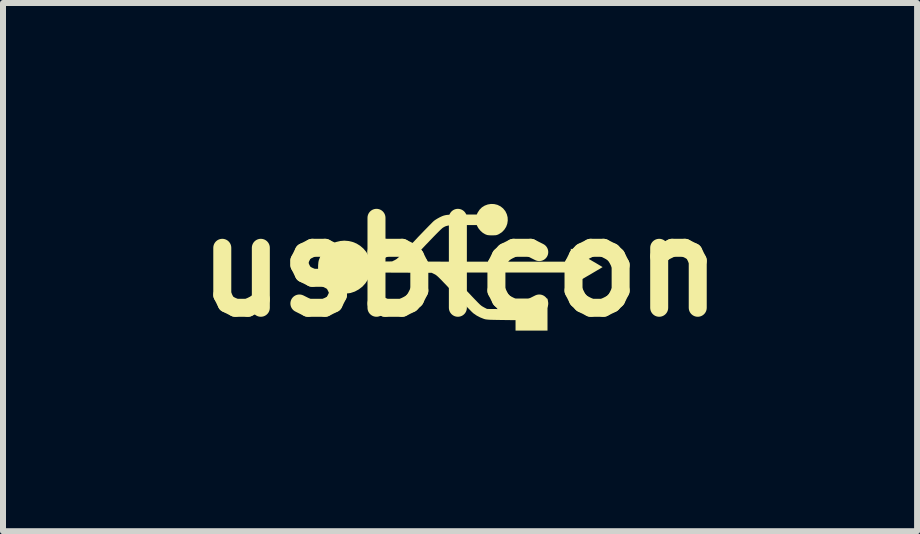
<source format=kicad_pcb>
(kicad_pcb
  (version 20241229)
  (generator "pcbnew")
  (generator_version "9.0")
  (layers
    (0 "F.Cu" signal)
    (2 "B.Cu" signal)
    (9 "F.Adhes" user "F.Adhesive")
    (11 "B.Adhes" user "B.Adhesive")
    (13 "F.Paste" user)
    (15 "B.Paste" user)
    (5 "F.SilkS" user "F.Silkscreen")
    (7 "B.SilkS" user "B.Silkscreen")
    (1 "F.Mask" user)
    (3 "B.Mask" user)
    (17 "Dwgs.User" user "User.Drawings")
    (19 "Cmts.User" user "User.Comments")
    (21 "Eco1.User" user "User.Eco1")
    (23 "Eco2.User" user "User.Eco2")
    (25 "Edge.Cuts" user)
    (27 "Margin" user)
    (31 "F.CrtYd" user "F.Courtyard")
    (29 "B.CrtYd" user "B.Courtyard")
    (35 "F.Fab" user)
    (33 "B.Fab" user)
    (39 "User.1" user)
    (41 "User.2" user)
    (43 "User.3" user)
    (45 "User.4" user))
  (footprint "usbIcon"
    (layer "F.Cu")
    (at 4.621 1.404)
    (property "Reference" "usbIcon" (at 0 0 0) (layer "F.SilkS") (effects (font (size 1.5 1.5) (thickness 0.3))))
    (attr board_only exclude_from_pos_files exclude_from_bom)
    (fp_poly (pts (xy 0.57 -1.051) (xy 0.624 -1.038) (xy 0.675 -1.013) (xy 0.718 -0.979) (xy 0.755 -0.934) (xy 0.78 -0.883) (xy 0.794 -0.83) (xy 0.796 -0.776) (xy 0.788 -0.722) (xy 0.769 -0.671) (xy 0.739 -0.624) (xy 0.7 -0.583) (xy 0.651 -0.551) (xy 0.647 -0.549) (xy 0.627 -0.54) (xy 0.609 -0.534) (xy 0.59 -0.531) (xy 0.564 -0.53) (xy 0.533 -0.529) (xy 0.498 -0.53) (xy 0.473 -0.532) (xy 0.453 -0.535) (xy 0.434 -0.542) (xy 0.419 -0.548) (xy 0.379 -0.572) (xy 0.342 -0.605) (xy 0.311 -0.642) (xy 0.295 -0.668) (xy 0.279 -0.701) (xy 0.057 -0.701) (xy -0.013 -0.701) (xy -0.071 -0.7) (xy -0.118 -0.699) (xy -0.157 -0.697) (xy -0.188 -0.694) (xy -0.213 -0.689) (xy -0.235 -0.683) (xy -0.254 -0.675) (xy -0.272 -0.665) (xy -0.284 -0.658) (xy -0.298 -0.647) (xy -0.321 -0.626) (xy -0.352 -0.596) (xy -0.391 -0.557) (xy -0.437 -0.51) (xy -0.491 -0.454) (xy -0.551 -0.391) (xy -0.565 -0.377) (xy -0.613 -0.326) (xy -0.658 -0.278) (xy -0.7 -0.234) (xy -0.737 -0.195) (xy -0.768 -0.161) (xy -0.793 -0.134) (xy -0.81 -0.116) (xy -0.819 -0.106) (xy -0.82 -0.105) (xy -0.821 -0.103) (xy -0.821 -0.102) (xy -0.819 -0.1) (xy -0.816 -0.099) (xy -0.809 -0.098) (xy -0.8 -0.097) (xy -0.787 -0.096) (xy -0.769 -0.095) (xy -0.746 -0.094) (xy -0.718 -0.094) (xy -0.684 -0.093) (xy -0.643 -0.093) (xy -0.595 -0.092) (xy -0.538 -0.092) (xy -0.474 -0.092) (xy -0.4 -0.092) (xy -0.316 -0.091) (xy -0.223 -0.091) (xy -0.118 -0.091) (xy -0.002 -0.091) (xy 0.126 -0.091) (xy 0.266 -0.091) (xy 0.419 -0.091) (xy 0.507 -0.091) (xy 1.844 -0.091) (xy 1.846 -0.2) (xy 1.848 -0.308) (xy 2.112 -0.156) (xy 2.168 -0.124) (xy 2.219 -0.094) (xy 2.266 -0.067) (xy 2.306 -0.043) (xy 2.338 -0.024) (xy 2.361 -0.01) (xy 2.375 -0.002) (xy 2.377 0.000194) (xy 2.371 0.004) (xy 2.355 0.014) (xy 2.329 0.03) (xy 2.296 0.049) (xy 2.257 0.072) (xy 2.213 0.098) (xy 2.166 0.126) (xy 2.117 0.154) (xy 2.068 0.183) (xy 2.021 0.21) (xy 1.976 0.236) (xy 1.936 0.259) (xy 1.902 0.279) (xy 1.875 0.294) (xy 1.857 0.304) (xy 1.85 0.307) (xy 1.848 0.302) (xy 1.846 0.284) (xy 1.845 0.257) (xy 1.844 0.223) (xy 1.844 0.2) (xy 1.844 0.091) (xy 0.834 0.091) (xy -0.177 0.091) (xy -0.065 0.209) (xy -0.029 0.246) (xy 0.013 0.291) (xy 0.06 0.341) (xy 0.108 0.392) (xy 0.156 0.442) (xy 0.195 0.484) (xy 0.238 0.529) (xy 0.273 0.565) (xy 0.301 0.594) (xy 0.323 0.616) (xy 0.342 0.633) (xy 0.358 0.646) (xy 0.373 0.656) (xy 0.389 0.665) (xy 0.397 0.67) (xy 0.451 0.698) (xy 0.688 0.7) (xy 0.926 0.702) (xy 0.926 0.614) (xy 0.926 0.526) (xy 1.192 0.526) (xy 1.459 0.526) (xy 1.459 0.792) (xy 1.459 1.059) (xy 1.192 1.059) (xy 0.926 1.059) (xy 0.926 0.972) (xy 0.926 0.885) (xy 0.685 0.882) (xy 0.62 0.881) (xy 0.568 0.88) (xy 0.526 0.879) (xy 0.492 0.878) (xy 0.467 0.876) (xy 0.446 0.874) (xy 0.43 0.872) (xy 0.416 0.869) (xy 0.402 0.865) (xy 0.396 0.863) (xy 0.336 0.839) (xy 0.277 0.808) (xy 0.225 0.772) (xy 0.221 0.769) (xy 0.209 0.758) (xy 0.189 0.739) (xy 0.162 0.711) (xy 0.127 0.676) (xy 0.088 0.635) (xy 0.044 0.589) (xy -0.004 0.539) (xy -0.053 0.487) (xy -0.076 0.463) (xy -0.138 0.398) (xy -0.191 0.342) (xy -0.236 0.294) (xy -0.274 0.255) (xy -0.305 0.222) (xy -0.331 0.196) (xy -0.352 0.175) (xy -0.369 0.159) (xy -0.384 0.146) (xy -0.395 0.137) (xy -0.406 0.129) (xy -0.416 0.123) (xy -0.426 0.118) (xy -0.434 0.114) (xy -0.473 0.095) (xy -0.982 0.093) (xy -1.491 0.091) (xy -1.506 0.138) (xy -1.536 0.207) (xy -1.577 0.27) (xy -1.628 0.326) (xy -1.688 0.372) (xy -1.754 0.408) (xy -1.826 0.432) (xy -1.827 0.432) (xy -1.875 0.439) (xy -1.93 0.44) (xy -1.987 0.437) (xy -2.039 0.428) (xy -2.062 0.422) (xy -2.131 0.392) (xy -2.195 0.351) (xy -2.25 0.3) (xy -2.297 0.239) (xy -2.334 0.172) (xy -2.35 0.126) (xy -2.361 0.078) (xy -2.367 0.023) (xy -2.366 -0.033) (xy -2.361 -0.085) (xy -2.354 -0.116) (xy -2.324 -0.192) (xy -2.283 -0.26) (xy -2.231 -0.319) (xy -2.2 -0.346) (xy -2.137 -0.388) (xy -2.07 -0.418) (xy -2 -0.435) (xy -1.929 -0.441) (xy -1.859 -0.435) (xy -1.791 -0.419) (xy -1.726 -0.393) (xy -1.666 -0.356) (xy -1.612 -0.31) (xy -1.565 -0.255) (xy -1.527 -0.192) (xy -1.504 -0.131) (xy -1.491 -0.09) (xy -1.312 -0.092) (xy -1.132 -0.095) (xy -1.087 -0.117) (xy -1.076 -0.123) (xy -1.066 -0.129) (xy -1.054 -0.137) (xy -1.041 -0.149) (xy -1.024 -0.163) (xy -1.004 -0.182) (xy -0.98 -0.207) (xy -0.95 -0.237) (xy -0.914 -0.274) (xy -0.871 -0.319) (xy -0.821 -0.372) (xy -0.761 -0.435) (xy -0.754 -0.442) (xy -0.702 -0.498) (xy -0.651 -0.551) (xy -0.603 -0.601) (xy -0.559 -0.646) (xy -0.52 -0.686) (xy -0.486 -0.72) (xy -0.46 -0.747) (xy -0.441 -0.765) (xy -0.432 -0.773) (xy -0.408 -0.79) (xy -0.377 -0.809) (xy -0.346 -0.826) (xy -0.343 -0.828) (xy -0.318 -0.84) (xy -0.296 -0.85) (xy -0.274 -0.858) (xy -0.252 -0.864) (xy -0.226 -0.869) (xy -0.197 -0.872) (xy -0.16 -0.874) (xy -0.116 -0.876) (xy -0.063 -0.876) (xy 0.003 -0.877) (xy 0.037 -0.877) (xy 0.279 -0.877) (xy 0.294 -0.908) (xy 0.325 -0.956) (xy 0.365 -0.996) (xy 0.411 -1.025) (xy 0.462 -1.044) (xy 0.516 -1.053)) (stroke (width 0) (type solid)) (fill yes) (layer "F.SilkS")))
  (gr_rect
    (start -3 -3)
    (end 12.243 5.808)
    (stroke (width 0.1) (type default))
    (fill no)
    (layer "Edge.Cuts")))
</source>
